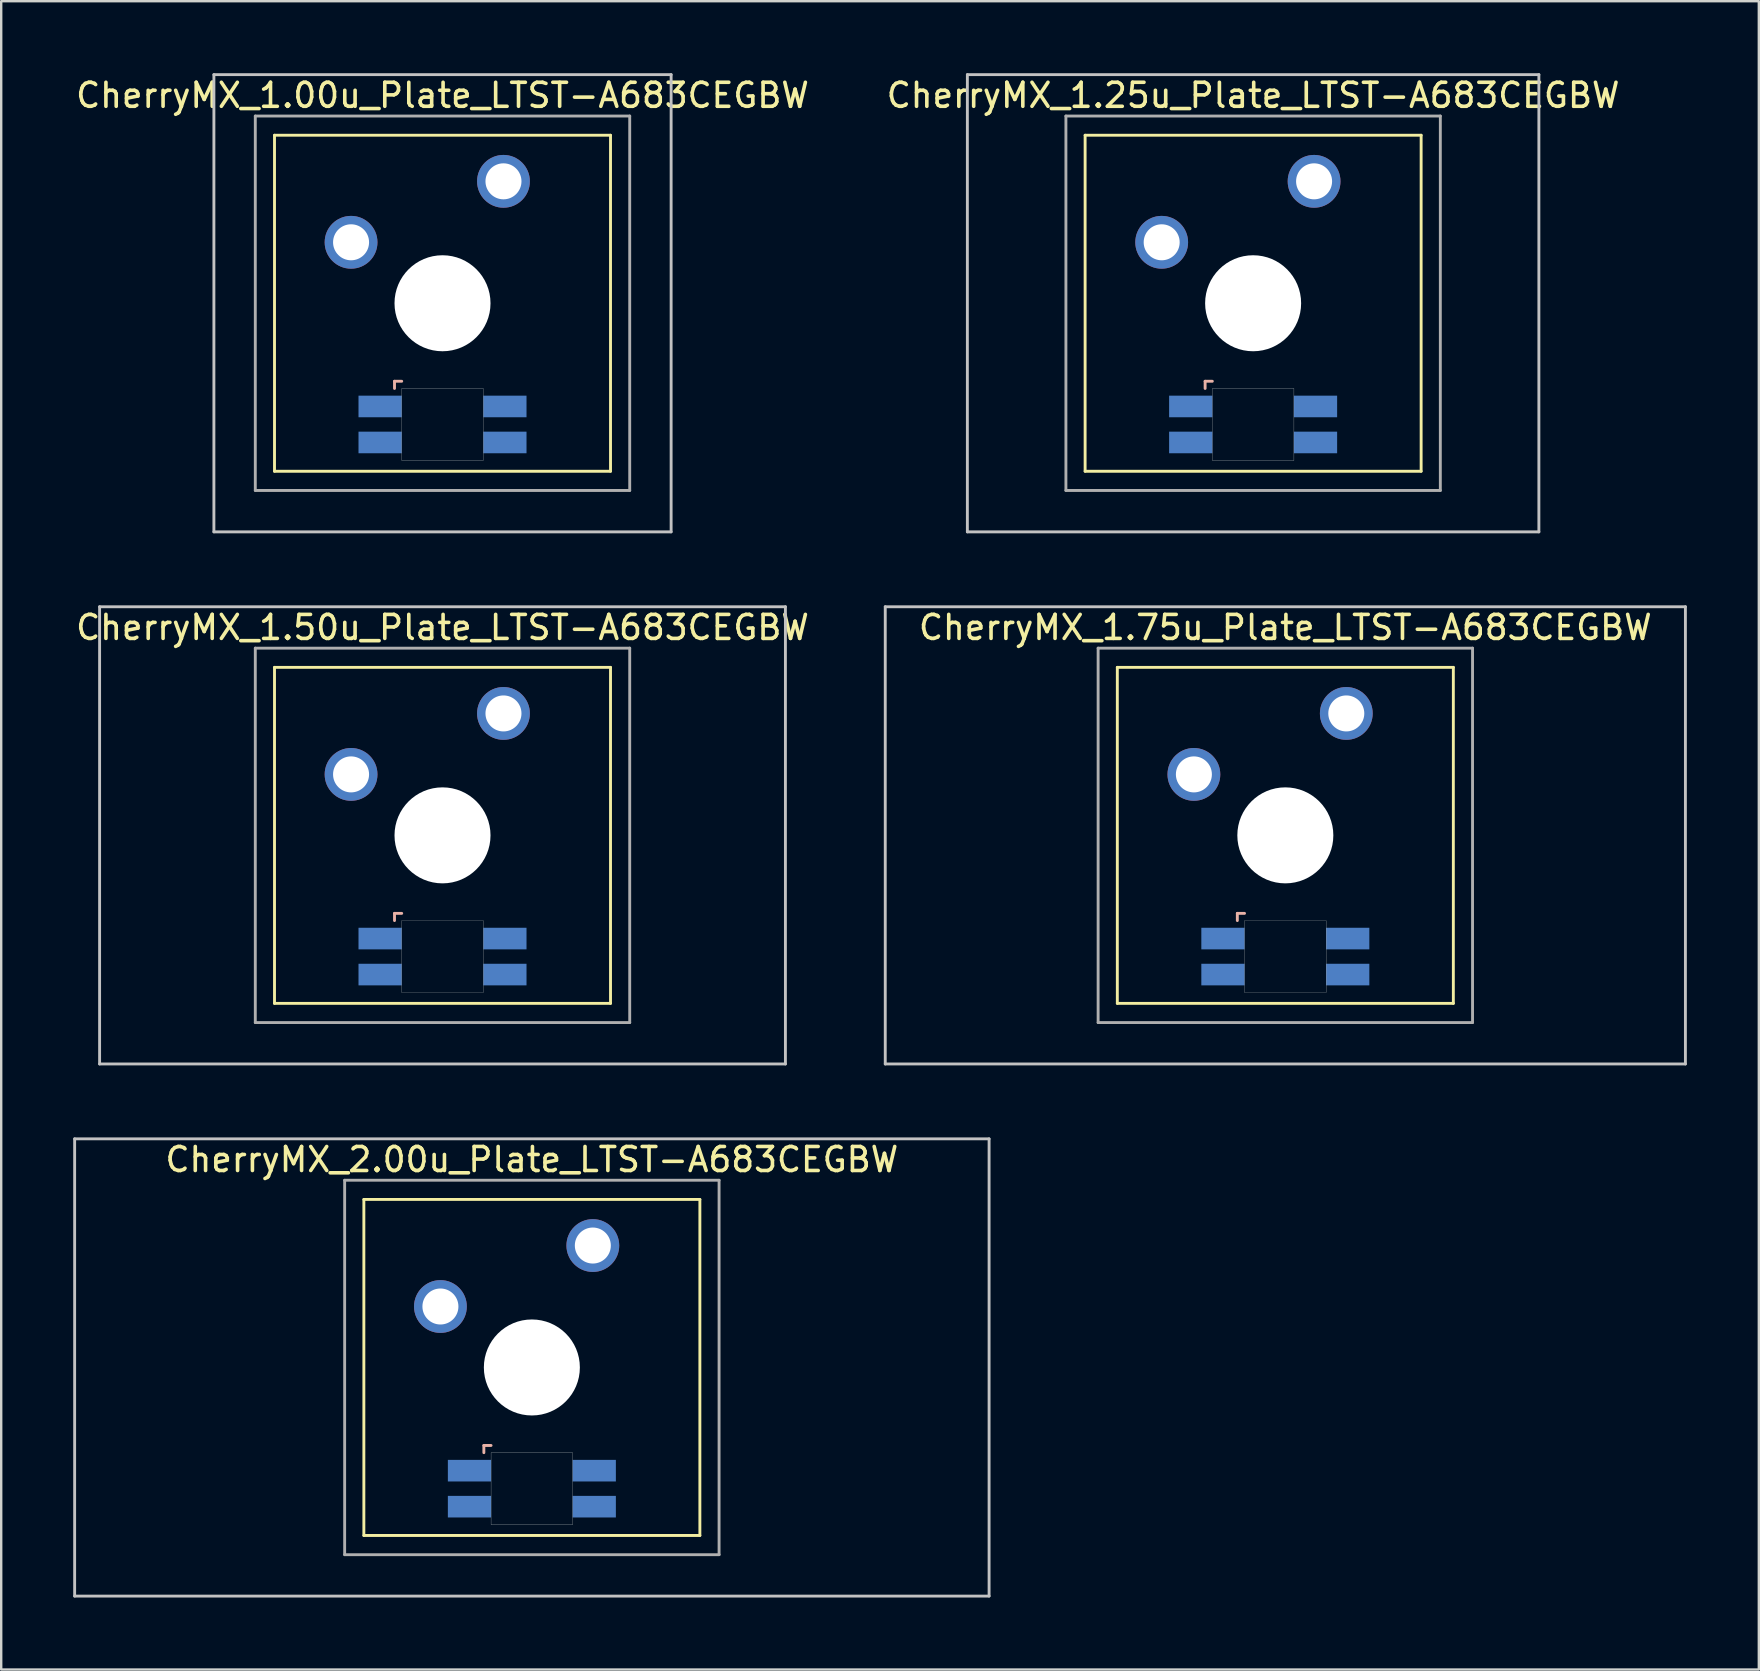
<source format=kicad_pcb>
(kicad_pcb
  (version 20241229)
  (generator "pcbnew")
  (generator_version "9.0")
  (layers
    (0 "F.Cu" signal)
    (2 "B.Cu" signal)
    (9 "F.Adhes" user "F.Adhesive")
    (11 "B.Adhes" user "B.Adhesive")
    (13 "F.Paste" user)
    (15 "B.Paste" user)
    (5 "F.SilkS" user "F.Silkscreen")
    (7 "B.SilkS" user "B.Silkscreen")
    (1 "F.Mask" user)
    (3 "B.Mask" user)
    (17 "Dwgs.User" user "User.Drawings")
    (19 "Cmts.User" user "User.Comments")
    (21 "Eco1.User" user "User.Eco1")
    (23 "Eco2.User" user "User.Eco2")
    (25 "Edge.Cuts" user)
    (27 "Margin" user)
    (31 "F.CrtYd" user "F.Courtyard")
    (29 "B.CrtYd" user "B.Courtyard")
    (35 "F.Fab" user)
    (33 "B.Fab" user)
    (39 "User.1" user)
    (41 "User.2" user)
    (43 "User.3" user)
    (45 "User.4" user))
  (footprint "CherryMX_1.75u_Plate_LTST-A683CEGBW"
    (layer "F.Cu")
    (at 50.503 31.755)
    (property "Reference" "CherryMX_1.75u_Plate_LTST-A683CEGBW" (at 0 -8.662 0) (layer "F.SilkS") (effects (font (size 1 1) (thickness 0.15))))
    (attr through_hole)
    (fp_line (start -7 -7) (end -7 7) (stroke (width 0.12) (type solid)) (layer "F.SilkS"))
    (fp_line (start -7 -7) (end 7 -7) (stroke (width 0.12) (type solid)) (layer "F.SilkS"))
    (fp_line (start 7 -7) (end 7 7) (stroke (width 0.12) (type solid)) (layer "F.SilkS"))
    (fp_line (start 7 7) (end -7 7) (stroke (width 0.12) (type solid)) (layer "F.SilkS"))
    (fp_line (start -2 3.25) (end -2 3.55) (stroke (width 0.12) (type solid)) (layer "B.SilkS"))
    (fp_line (start -1.7 3.25) (end -2 3.25) (stroke (width 0.12) (type solid)) (layer "B.SilkS"))
    (fp_line (start -16.669 -9.525) (end 16.669 -9.525) (stroke (width 0.12) (type solid)) (layer "Dwgs.User"))
    (fp_line (start -16.669 9.525) (end -16.669 -9.525) (stroke (width 0.12) (type solid)) (layer "Dwgs.User"))
    (fp_line (start 16.669 -9.525) (end 16.669 9.525) (stroke (width 0.12) (type solid)) (layer "Dwgs.User"))
    (fp_line (start 16.669 9.525) (end -16.669 9.525) (stroke (width 0.12) (type solid)) (layer "Dwgs.User"))
    (fp_poly (pts (xy 1.7 6.55) (xy -1.7 6.55) (xy -1.7 3.55) (xy 1.7 3.55)) (stroke (width 0.01) (type solid)) (fill no) (layer "Edge.Cuts"))
    (fp_line (start -7.8 -7.8) (end -7.8 7.8) (stroke (width 0.12) (type solid)) (layer "F.Fab"))
    (fp_line (start -7.8 -7.8) (end 7.8 -7.8) (stroke (width 0.12) (type solid)) (layer "F.Fab"))
    (fp_line (start -7.8 7.8) (end 7.8 7.8) (stroke (width 0.12) (type solid)) (layer "F.Fab"))
    (fp_line (start 7.8 -7.8) (end 7.8 7.8) (stroke (width 0.12) (type solid)) (layer "F.Fab"))
    (pad "" np_thru_hole circle (at 0 0) (size 4 4) (drill 4) (layers "*.Cu" "*.Mask"))
    (pad "1" thru_hole circle (at -3.81 -2.54) (size 2.2 2.2) (drill 1.5) (layers "*.Cu" "*.Mask"))
    (pad "2" thru_hole circle (at 2.54 -5.08) (size 2.2 2.2) (drill 1.5) (layers "*.Cu" "*.Mask"))
    (pad "3" smd rect (at -2.6 4.3) (size 1.8 0.9) (layers "B.Cu" "B.Mask" "B.Paste"))
    (pad "4" smd rect (at -2.6 5.8) (size 1.8 0.9) (layers "B.Cu" "B.Mask" "B.Paste"))
    (pad "5" smd rect (at 2.6 4.3) (size 1.8 0.9) (layers "B.Cu" "B.Mask" "B.Paste"))
    (pad "6" smd rect (at 2.6 5.8) (size 1.8 0.9) (layers "B.Cu" "B.Mask" "B.Paste")))
  (footprint "CherryMX_1.50u_Plate_LTST-A683CEGBW"
    (layer "F.Cu")
    (at 15.387 31.755)
    (property "Reference" "CherryMX_1.50u_Plate_LTST-A683CEGBW" (at 0 -8.662 0) (layer "F.SilkS") (effects (font (size 1 1) (thickness 0.15))))
    (attr through_hole)
    (fp_line (start -7 -7) (end -7 7) (stroke (width 0.12) (type solid)) (layer "F.SilkS"))
    (fp_line (start -7 -7) (end 7 -7) (stroke (width 0.12) (type solid)) (layer "F.SilkS"))
    (fp_line (start 7 -7) (end 7 7) (stroke (width 0.12) (type solid)) (layer "F.SilkS"))
    (fp_line (start 7 7) (end -7 7) (stroke (width 0.12) (type solid)) (layer "F.SilkS"))
    (fp_line (start -2 3.25) (end -2 3.55) (stroke (width 0.12) (type solid)) (layer "B.SilkS"))
    (fp_line (start -1.7 3.25) (end -2 3.25) (stroke (width 0.12) (type solid)) (layer "B.SilkS"))
    (fp_line (start -14.287 -9.525) (end 14.287 -9.525) (stroke (width 0.12) (type solid)) (layer "Dwgs.User"))
    (fp_line (start -14.287 9.525) (end -14.287 -9.525) (stroke (width 0.12) (type solid)) (layer "Dwgs.User"))
    (fp_line (start 14.287 -9.525) (end 14.287 9.525) (stroke (width 0.12) (type solid)) (layer "Dwgs.User"))
    (fp_line (start 14.287 9.525) (end -14.287 9.525) (stroke (width 0.12) (type solid)) (layer "Dwgs.User"))
    (fp_poly (pts (xy 1.7 6.55) (xy -1.7 6.55) (xy -1.7 3.55) (xy 1.7 3.55)) (stroke (width 0.01) (type solid)) (fill no) (layer "Edge.Cuts"))
    (fp_line (start -7.8 -7.8) (end -7.8 7.8) (stroke (width 0.12) (type solid)) (layer "F.Fab"))
    (fp_line (start -7.8 -7.8) (end 7.8 -7.8) (stroke (width 0.12) (type solid)) (layer "F.Fab"))
    (fp_line (start -7.8 7.8) (end 7.8 7.8) (stroke (width 0.12) (type solid)) (layer "F.Fab"))
    (fp_line (start 7.8 -7.8) (end 7.8 7.8) (stroke (width 0.12) (type solid)) (layer "F.Fab"))
    (pad "" np_thru_hole circle (at 0 0) (size 4 4) (drill 4) (layers "*.Cu" "*.Mask"))
    (pad "1" thru_hole circle (at -3.81 -2.54) (size 2.2 2.2) (drill 1.5) (layers "*.Cu" "*.Mask"))
    (pad "2" thru_hole circle (at 2.54 -5.08) (size 2.2 2.2) (drill 1.5) (layers "*.Cu" "*.Mask"))
    (pad "3" smd rect (at -2.6 4.3) (size 1.8 0.9) (layers "B.Cu" "B.Mask" "B.Paste"))
    (pad "4" smd rect (at -2.6 5.8) (size 1.8 0.9) (layers "B.Cu" "B.Mask" "B.Paste"))
    (pad "5" smd rect (at 2.6 4.3) (size 1.8 0.9) (layers "B.Cu" "B.Mask" "B.Paste"))
    (pad "6" smd rect (at 2.6 5.8) (size 1.8 0.9) (layers "B.Cu" "B.Mask" "B.Paste")))
  (footprint "CherryMX_1.00u_Plate_LTST-A683CEGBW"
    (layer "F.Cu")
    (at 15.387 9.585)
    (property "Reference" "CherryMX_1.00u_Plate_LTST-A683CEGBW" (at 0 -8.662 0) (layer "F.SilkS") (effects (font (size 1 1) (thickness 0.15))))
    (attr through_hole)
    (fp_line (start -7 -7) (end -7 7) (stroke (width 0.12) (type solid)) (layer "F.SilkS"))
    (fp_line (start -7 -7) (end 7 -7) (stroke (width 0.12) (type solid)) (layer "F.SilkS"))
    (fp_line (start 7 -7) (end 7 7) (stroke (width 0.12) (type solid)) (layer "F.SilkS"))
    (fp_line (start 7 7) (end -7 7) (stroke (width 0.12) (type solid)) (layer "F.SilkS"))
    (fp_line (start -2 3.25) (end -2 3.55) (stroke (width 0.12) (type solid)) (layer "B.SilkS"))
    (fp_line (start -1.7 3.25) (end -2 3.25) (stroke (width 0.12) (type solid)) (layer "B.SilkS"))
    (fp_line (start -9.525 -9.525) (end 9.525 -9.525) (stroke (width 0.12) (type solid)) (layer "Dwgs.User"))
    (fp_line (start -9.525 9.525) (end -9.525 -9.525) (stroke (width 0.12) (type solid)) (layer "Dwgs.User"))
    (fp_line (start 9.525 -9.525) (end 9.525 9.525) (stroke (width 0.12) (type solid)) (layer "Dwgs.User"))
    (fp_line (start 9.525 9.525) (end -9.525 9.525) (stroke (width 0.12) (type solid)) (layer "Dwgs.User"))
    (fp_poly (pts (xy 1.7 6.55) (xy -1.7 6.55) (xy -1.7 3.55) (xy 1.7 3.55)) (stroke (width 0.01) (type solid)) (fill no) (layer "Edge.Cuts"))
    (fp_line (start -7.8 -7.8) (end -7.8 7.8) (stroke (width 0.12) (type solid)) (layer "F.Fab"))
    (fp_line (start -7.8 -7.8) (end 7.8 -7.8) (stroke (width 0.12) (type solid)) (layer "F.Fab"))
    (fp_line (start -7.8 7.8) (end 7.8 7.8) (stroke (width 0.12) (type solid)) (layer "F.Fab"))
    (fp_line (start 7.8 -7.8) (end 7.8 7.8) (stroke (width 0.12) (type solid)) (layer "F.Fab"))
    (pad "" np_thru_hole circle (at 0 0) (size 4 4) (drill 4) (layers "*.Cu" "*.Mask"))
    (pad "1" thru_hole circle (at -3.81 -2.54) (size 2.2 2.2) (drill 1.5) (layers "*.Cu" "*.Mask"))
    (pad "2" thru_hole circle (at 2.54 -5.08) (size 2.2 2.2) (drill 1.5) (layers "*.Cu" "*.Mask"))
    (pad "3" smd rect (at -2.6 4.3) (size 1.8 0.9) (layers "B.Cu" "B.Mask" "B.Paste"))
    (pad "4" smd rect (at -2.6 5.8) (size 1.8 0.9) (layers "B.Cu" "B.Mask" "B.Paste"))
    (pad "5" smd rect (at 2.6 4.3) (size 1.8 0.9) (layers "B.Cu" "B.Mask" "B.Paste"))
    (pad "6" smd rect (at 2.6 5.8) (size 1.8 0.9) (layers "B.Cu" "B.Mask" "B.Paste")))
  (footprint "CherryMX_2.00u_Plate_LTST-A683CEGBW"
    (layer "F.Cu")
    (at 19.11 53.925)
    (property "Reference" "CherryMX_2.00u_Plate_LTST-A683CEGBW" (at 0 -8.662 0) (layer "F.SilkS") (effects (font (size 1 1) (thickness 0.15))))
    (attr through_hole)
    (fp_line (start -7 -7) (end -7 7) (stroke (width 0.12) (type solid)) (layer "F.SilkS"))
    (fp_line (start -7 -7) (end 7 -7) (stroke (width 0.12) (type solid)) (layer "F.SilkS"))
    (fp_line (start 7 -7) (end 7 7) (stroke (width 0.12) (type solid)) (layer "F.SilkS"))
    (fp_line (start 7 7) (end -7 7) (stroke (width 0.12) (type solid)) (layer "F.SilkS"))
    (fp_line (start -2 3.25) (end -2 3.55) (stroke (width 0.12) (type solid)) (layer "B.SilkS"))
    (fp_line (start -1.7 3.25) (end -2 3.25) (stroke (width 0.12) (type solid)) (layer "B.SilkS"))
    (fp_line (start -19.05 -9.525) (end 19.05 -9.525) (stroke (width 0.12) (type solid)) (layer "Dwgs.User"))
    (fp_line (start -19.05 9.525) (end -19.05 -9.525) (stroke (width 0.12) (type solid)) (layer "Dwgs.User"))
    (fp_line (start 19.05 -9.525) (end 19.05 9.525) (stroke (width 0.12) (type solid)) (layer "Dwgs.User"))
    (fp_line (start 19.05 9.525) (end -19.05 9.525) (stroke (width 0.12) (type solid)) (layer "Dwgs.User"))
    (fp_poly (pts (xy 1.7 6.55) (xy -1.7 6.55) (xy -1.7 3.55) (xy 1.7 3.55)) (stroke (width 0.01) (type solid)) (fill no) (layer "Edge.Cuts"))
    (fp_line (start -7.8 -7.8) (end -7.8 7.8) (stroke (width 0.12) (type solid)) (layer "F.Fab"))
    (fp_line (start -7.8 -7.8) (end 7.8 -7.8) (stroke (width 0.12) (type solid)) (layer "F.Fab"))
    (fp_line (start -7.8 7.8) (end 7.8 7.8) (stroke (width 0.12) (type solid)) (layer "F.Fab"))
    (fp_line (start 7.8 -7.8) (end 7.8 7.8) (stroke (width 0.12) (type solid)) (layer "F.Fab"))
    (pad "" np_thru_hole circle (at 0 0) (size 4 4) (drill 4) (layers "*.Cu" "*.Mask"))
    (pad "1" thru_hole circle (at -3.81 -2.54) (size 2.2 2.2) (drill 1.5) (layers "*.Cu" "*.Mask"))
    (pad "2" thru_hole circle (at 2.54 -5.08) (size 2.2 2.2) (drill 1.5) (layers "*.Cu" "*.Mask"))
    (pad "3" smd rect (at -2.6 4.3) (size 1.8 0.9) (layers "B.Cu" "B.Mask" "B.Paste"))
    (pad "4" smd rect (at -2.6 5.8) (size 1.8 0.9) (layers "B.Cu" "B.Mask" "B.Paste"))
    (pad "5" smd rect (at 2.6 4.3) (size 1.8 0.9) (layers "B.Cu" "B.Mask" "B.Paste"))
    (pad "6" smd rect (at 2.6 5.8) (size 1.8 0.9) (layers "B.Cu" "B.Mask" "B.Paste")))
  (footprint "CherryMX_1.25u_Plate_LTST-A683CEGBW"
    (layer "F.Cu")
    (at 49.161 9.585)
    (property "Reference" "CherryMX_1.25u_Plate_LTST-A683CEGBW" (at 0 -8.662 0) (layer "F.SilkS") (effects (font (size 1 1) (thickness 0.15))))
    (attr through_hole)
    (fp_line (start -7 -7) (end -7 7) (stroke (width 0.12) (type solid)) (layer "F.SilkS"))
    (fp_line (start -7 -7) (end 7 -7) (stroke (width 0.12) (type solid)) (layer "F.SilkS"))
    (fp_line (start 7 -7) (end 7 7) (stroke (width 0.12) (type solid)) (layer "F.SilkS"))
    (fp_line (start 7 7) (end -7 7) (stroke (width 0.12) (type solid)) (layer "F.SilkS"))
    (fp_line (start -2 3.25) (end -2 3.55) (stroke (width 0.12) (type solid)) (layer "B.SilkS"))
    (fp_line (start -1.7 3.25) (end -2 3.25) (stroke (width 0.12) (type solid)) (layer "B.SilkS"))
    (fp_line (start -11.906 -9.525) (end 11.906 -9.525) (stroke (width 0.12) (type solid)) (layer "Dwgs.User"))
    (fp_line (start -11.906 9.525) (end -11.906 -9.525) (stroke (width 0.12) (type solid)) (layer "Dwgs.User"))
    (fp_line (start 11.906 -9.525) (end 11.906 9.525) (stroke (width 0.12) (type solid)) (layer "Dwgs.User"))
    (fp_line (start 11.906 9.525) (end -11.906 9.525) (stroke (width 0.12) (type solid)) (layer "Dwgs.User"))
    (fp_poly (pts (xy 1.7 6.55) (xy -1.7 6.55) (xy -1.7 3.55) (xy 1.7 3.55)) (stroke (width 0.01) (type solid)) (fill no) (layer "Edge.Cuts"))
    (fp_line (start -7.8 -7.8) (end -7.8 7.8) (stroke (width 0.12) (type solid)) (layer "F.Fab"))
    (fp_line (start -7.8 -7.8) (end 7.8 -7.8) (stroke (width 0.12) (type solid)) (layer "F.Fab"))
    (fp_line (start -7.8 7.8) (end 7.8 7.8) (stroke (width 0.12) (type solid)) (layer "F.Fab"))
    (fp_line (start 7.8 -7.8) (end 7.8 7.8) (stroke (width 0.12) (type solid)) (layer "F.Fab"))
    (pad "" np_thru_hole circle (at 0 0) (size 4 4) (drill 4) (layers "*.Cu" "*.Mask"))
    (pad "1" thru_hole circle (at -3.81 -2.54) (size 2.2 2.2) (drill 1.5) (layers "*.Cu" "*.Mask"))
    (pad "2" thru_hole circle (at 2.54 -5.08) (size 2.2 2.2) (drill 1.5) (layers "*.Cu" "*.Mask"))
    (pad "3" smd rect (at -2.6 4.3) (size 1.8 0.9) (layers "B.Cu" "B.Mask" "B.Paste"))
    (pad "4" smd rect (at -2.6 5.8) (size 1.8 0.9) (layers "B.Cu" "B.Mask" "B.Paste"))
    (pad "5" smd rect (at 2.6 4.3) (size 1.8 0.9) (layers "B.Cu" "B.Mask" "B.Paste"))
    (pad "6" smd rect (at 2.6 5.8) (size 1.8 0.9) (layers "B.Cu" "B.Mask" "B.Paste")))
  (gr_rect
    (start -3 -3)
    (end 70.231 66.51)
    (stroke (width 0.1) (type default))
    (fill no)
    (layer "Edge.Cuts")))
</source>
